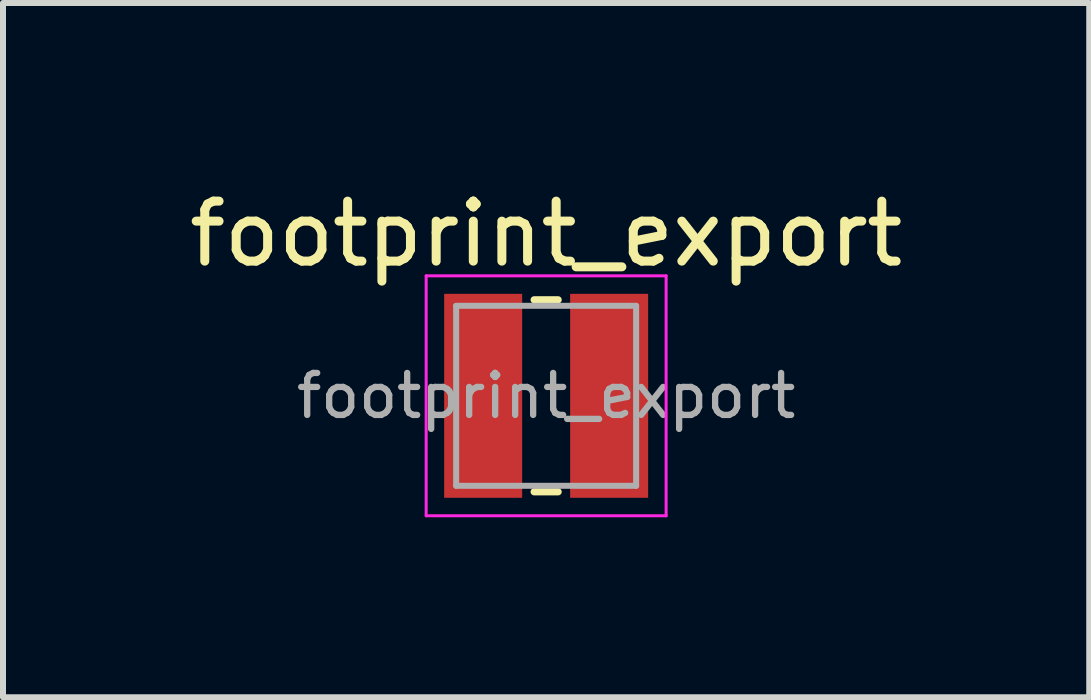
<source format=kicad_pcb>
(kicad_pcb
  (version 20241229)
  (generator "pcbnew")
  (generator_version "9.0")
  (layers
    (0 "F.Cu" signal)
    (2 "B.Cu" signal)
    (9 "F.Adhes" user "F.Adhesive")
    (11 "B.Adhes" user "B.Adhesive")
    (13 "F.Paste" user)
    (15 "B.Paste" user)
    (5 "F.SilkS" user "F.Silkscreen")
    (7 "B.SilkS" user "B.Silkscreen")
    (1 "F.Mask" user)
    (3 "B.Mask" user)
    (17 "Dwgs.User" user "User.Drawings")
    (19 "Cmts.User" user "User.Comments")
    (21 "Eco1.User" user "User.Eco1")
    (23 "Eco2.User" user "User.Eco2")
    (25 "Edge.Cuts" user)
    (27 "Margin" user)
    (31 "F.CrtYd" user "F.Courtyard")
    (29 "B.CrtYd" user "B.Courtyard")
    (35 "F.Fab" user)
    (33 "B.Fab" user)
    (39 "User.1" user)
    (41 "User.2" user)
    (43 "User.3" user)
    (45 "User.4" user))
  (footprint "footprint_export"
    (layer "F.Cu")
    (at 6.054 3.548)
    (property "Reference" "footprint_export" (at 0 -2.7 0) (layer "F.SilkS") (effects (font (size 1 1) (thickness 0.15))))
    (attr smd)
    (fp_line (start -0.2 -1.6) (end 0.2 -1.6) (stroke (width 0.12) (type solid)) (layer "F.SilkS"))
    (fp_line (start -0.2 1.6) (end 0.2 1.6) (stroke (width 0.12) (type solid)) (layer "F.SilkS"))
    (fp_line (start -2 -2) (end -2 2) (stroke (width 0.05) (type solid)) (layer "F.CrtYd"))
    (fp_line (start -2 2) (end 2 2) (stroke (width 0.05) (type solid)) (layer "F.CrtYd"))
    (fp_line (start 2 -2) (end -2 -2) (stroke (width 0.05) (type solid)) (layer "F.CrtYd"))
    (fp_line (start 2 2) (end 2 -2) (stroke (width 0.05) (type solid)) (layer "F.CrtYd"))
    (fp_line (start -1.5 -1.5) (end -1.5 1.5) (stroke (width 0.1) (type solid)) (layer "F.Fab"))
    (fp_line (start -1.5 1.5) (end 1.5 1.5) (stroke (width 0.1) (type solid)) (layer "F.Fab"))
    (fp_line (start 1.5 -1.5) (end -1.5 -1.5) (stroke (width 0.1) (type solid)) (layer "F.Fab"))
    (fp_line (start 1.5 1.5) (end 1.5 -1.5) (stroke (width 0.1) (type solid)) (layer "F.Fab"))
    (fp_text user "${REFERENCE}" (at 0 0 0) (layer "F.Fab") (effects (font (size 0.7 0.7) (thickness 0.105))))
    (pad "1" smd rect (at -1.05 0) (size 1.3 3.4) (layers "F.Cu" "F.Mask" "F.Paste"))
    (pad "2" smd rect (at 1.05 0) (size 1.3 3.4) (layers "F.Cu" "F.Mask" "F.Paste")))
  (gr_rect
    (start -3 -3)
    (end 15.107 8.573)
    (stroke (width 0.1) (type default))
    (fill no)
    (layer "Edge.Cuts")))
</source>
